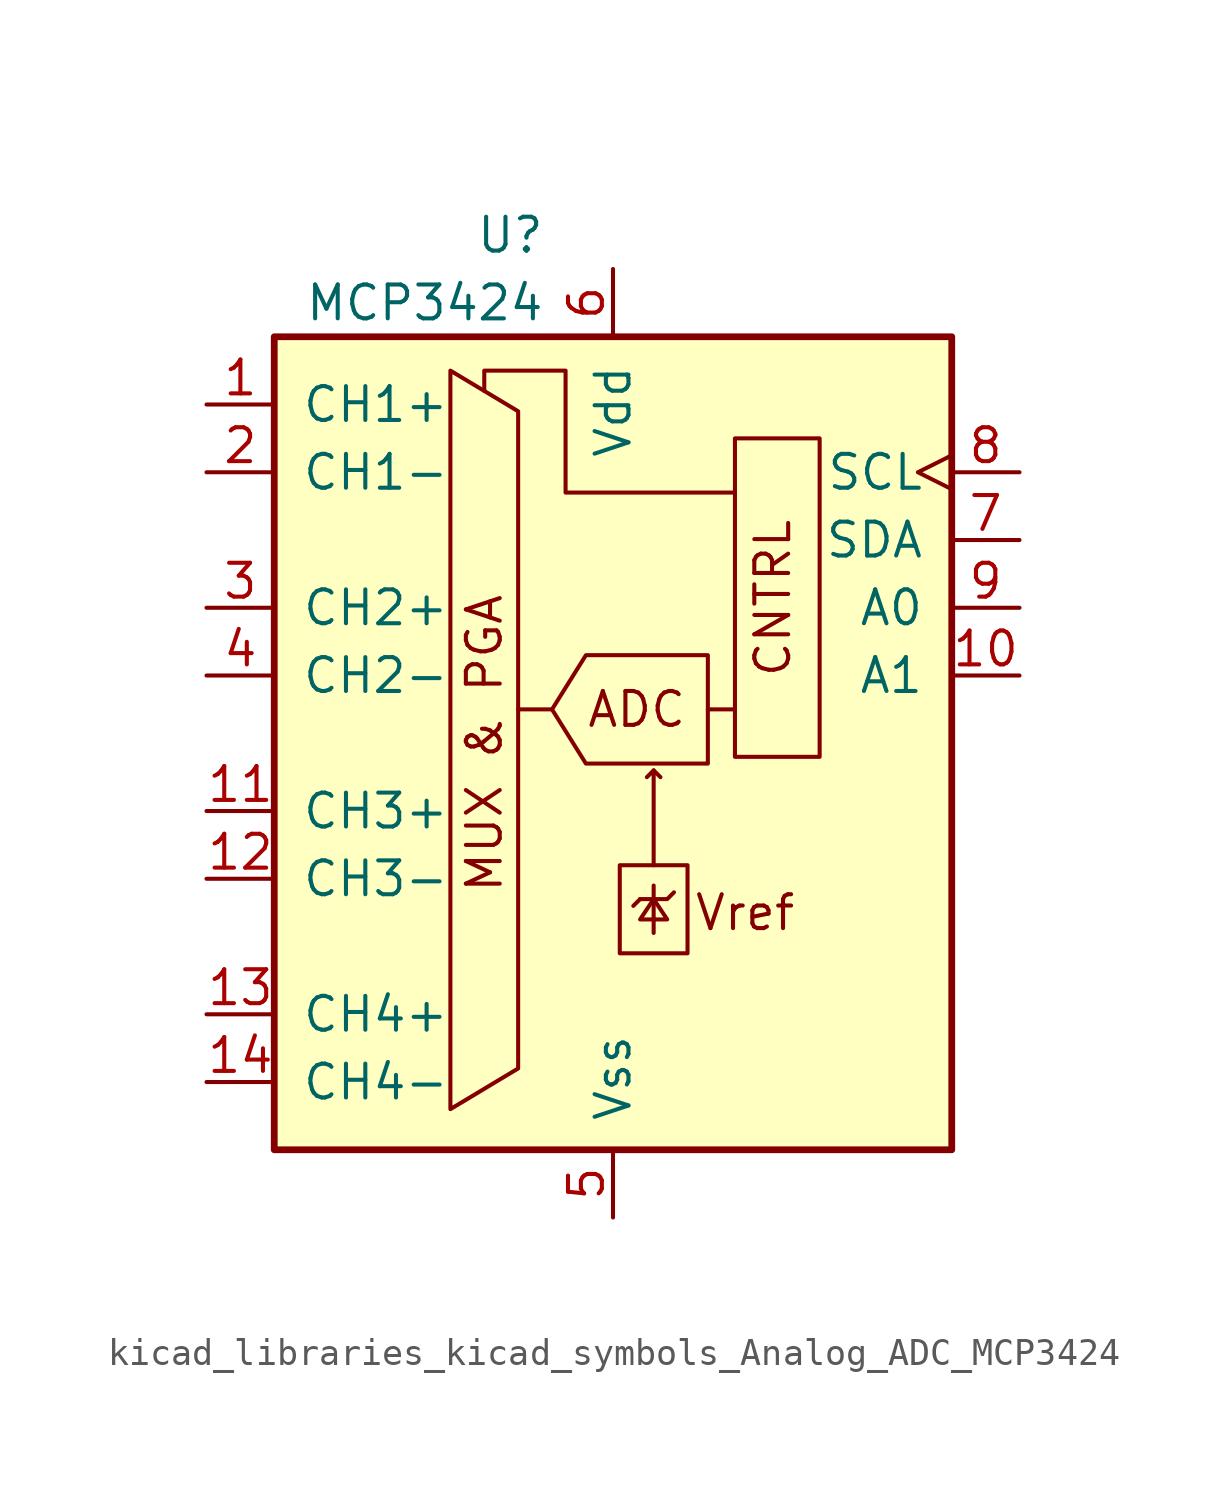
<source format=kicad_sym>
(kicad_symbol_lib
  (version 20220914)
  (generator kicad_symbol_editor)
  (symbol "kicad_libraries_kicad_symbols_Analog_ADC_MCP3424"
    (pin_names
      (offset 1.016))
    (property "Reference" "U"
      (at -2.54 11.43 0)
      (effects (font (size 1.27 1.27)) (justify right)))
    (property "Value" "MCP3424"
      (at -2.54 8.89 0)
      (effects (font (size 1.27 1.27)) (justify right)))
    (symbol "kicad_libraries_kicad_symbols_Analog_ADC_MCP3424_0_0"
      (polyline (pts (xy -6.096 6.35) (xy -3.556 4.826) (xy -3.556 -19.812) (xy -6.096 -21.336) (xy -6.096 6.35)) (stroke (width 0) (type default)) (fill (type none)))
      (polyline (pts (xy 4.572 1.778) (xy -1.778 1.778) (xy -1.778 6.35) (xy -4.826 6.35) (xy -4.826 5.588)) (stroke (width 0) (type default)) (fill (type none)))
      (polyline (pts (xy 3.556 -4.318) (xy 3.556 -8.382) (xy -1.016 -8.382) (xy -2.286 -6.35) (xy -1.016 -4.318) (xy 3.556 -4.318)) (stroke (width 0) (type default)) (fill (type none)))
      (text "ADC" (at 0.889 -6.35 0) (effects (font (size 1.27 1.27))))
      (text "CNTRL" (at 6.731 -5.207 900) (effects (font (size 1.27 1.27)) (justify left bottom)))
      (text "MUX & PGA" (at -4.826 -7.62 900) (effects (font (size 1.27 1.27))))
      (text "Vref" (at 4.953 -13.97 0) (effects (font (size 1.27 1.27)))))
    (symbol "kicad_libraries_kicad_symbols_Analog_ADC_MCP3424_0_1"
      (polyline (pts (xy -3.556 -6.35) (xy -2.286 -6.35)) (stroke (width 0) (type default)) (fill (type none)))
      (polyline (pts (xy 1.016 -13.462) (xy 0.762 -13.716)) (stroke (width 0) (type default)) (fill (type none)))
      (polyline (pts (xy 1.524 -12.954) (xy 1.524 -14.732)) (stroke (width 0) (type default)) (fill (type none)))
      (polyline (pts (xy 1.524 -8.636) (xy 1.778 -8.89)) (stroke (width 0) (type default)) (fill (type none)))
      (polyline (pts (xy 3.556 -6.35) (xy 4.572 -6.35)) (stroke (width 0) (type default)) (fill (type none)))
      (polyline (pts (xy 1.016 -13.462) (xy 2.032 -13.462) (xy 2.286 -13.208)) (stroke (width 0) (type default)) (fill (type none)))
      (polyline (pts (xy 1.524 -12.192) (xy 1.524 -8.636) (xy 1.27 -8.89)) (stroke (width 0) (type default)) (fill (type none)))
      (polyline (pts (xy 1.524 -13.462) (xy 1.016 -14.224) (xy 2.032 -14.224) (xy 1.524 -13.462)) (stroke (width 0) (type default)) (fill (type none)))
      (rectangle (start 0.254 -12.192) (end 2.794 -15.494) (stroke (width 0) (type default)) (fill (type none)))
      (rectangle (start 4.572 -8.128) (end 7.747 3.81) (stroke (width 0) (type default)) (fill (type none)))
      (rectangle (start 12.7 7.62) (end -12.7 -22.86) (stroke (width 0.254) (type default)) (fill (type background))))
    (symbol "kicad_libraries_kicad_symbols_Analog_ADC_MCP3424_1_1"
      (pin input line (at -15.24 5.08 0) (length 2.54) (name "CH1+" (effects (font (size 1.27 1.27)))) (number "1" (effects (font (size 1.27 1.27)))))
      (pin input line (at 15.24 -5.08 180) (length 2.54) (name "A1" (effects (font (size 1.27 1.27)))) (number "10" (effects (font (size 1.27 1.27)))))
      (pin input line (at -15.24 -10.16 0) (length 2.54) (name "CH3+" (effects (font (size 1.27 1.27)))) (number "11" (effects (font (size 1.27 1.27)))))
      (pin input line (at -15.24 -12.7 0) (length 2.54) (name "CH3-" (effects (font (size 1.27 1.27)))) (number "12" (effects (font (size 1.27 1.27)))))
      (pin input line (at -15.24 -17.78 0) (length 2.54) (name "CH4+" (effects (font (size 1.27 1.27)))) (number "13" (effects (font (size 1.27 1.27)))))
      (pin input line (at -15.24 -20.32 0) (length 2.54) (name "CH4-" (effects (font (size 1.27 1.27)))) (number "14" (effects (font (size 1.27 1.27)))))
      (pin input line (at -15.24 2.54 0) (length 2.54) (name "CH1-" (effects (font (size 1.27 1.27)))) (number "2" (effects (font (size 1.27 1.27)))))
      (pin input line (at -15.24 -2.54 0) (length 2.54) (name "CH2+" (effects (font (size 1.27 1.27)))) (number "3" (effects (font (size 1.27 1.27)))))
      (pin input line (at -15.24 -5.08 0) (length 2.54) (name "CH2-" (effects (font (size 1.27 1.27)))) (number "4" (effects (font (size 1.27 1.27)))))
      (pin power_in line (at 0 -25.4 90) (length 2.54) (name "Vss" (effects (font (size 1.27 1.27)))) (number "5" (effects (font (size 1.27 1.27)))))
      (pin power_in line (at 0 10.16 270) (length 2.54) (name "Vdd" (effects (font (size 1.27 1.27)))) (number "6" (effects (font (size 1.27 1.27)))))
      (pin bidirectional line (at 15.24 0 180) (length 2.54) (name "SDA" (effects (font (size 1.27 1.27)))) (number "7" (effects (font (size 1.27 1.27)))))
      (pin input clock (at 15.24 2.54 180) (length 2.54) (name "SCL" (effects (font (size 1.27 1.27)))) (number "8" (effects (font (size 1.27 1.27)))))
      (pin input line (at 15.24 -2.54 180) (length 2.54) (name "A0" (effects (font (size 1.27 1.27)))) (number "9" (effects (font (size 1.27 1.27))))))))
</source>
